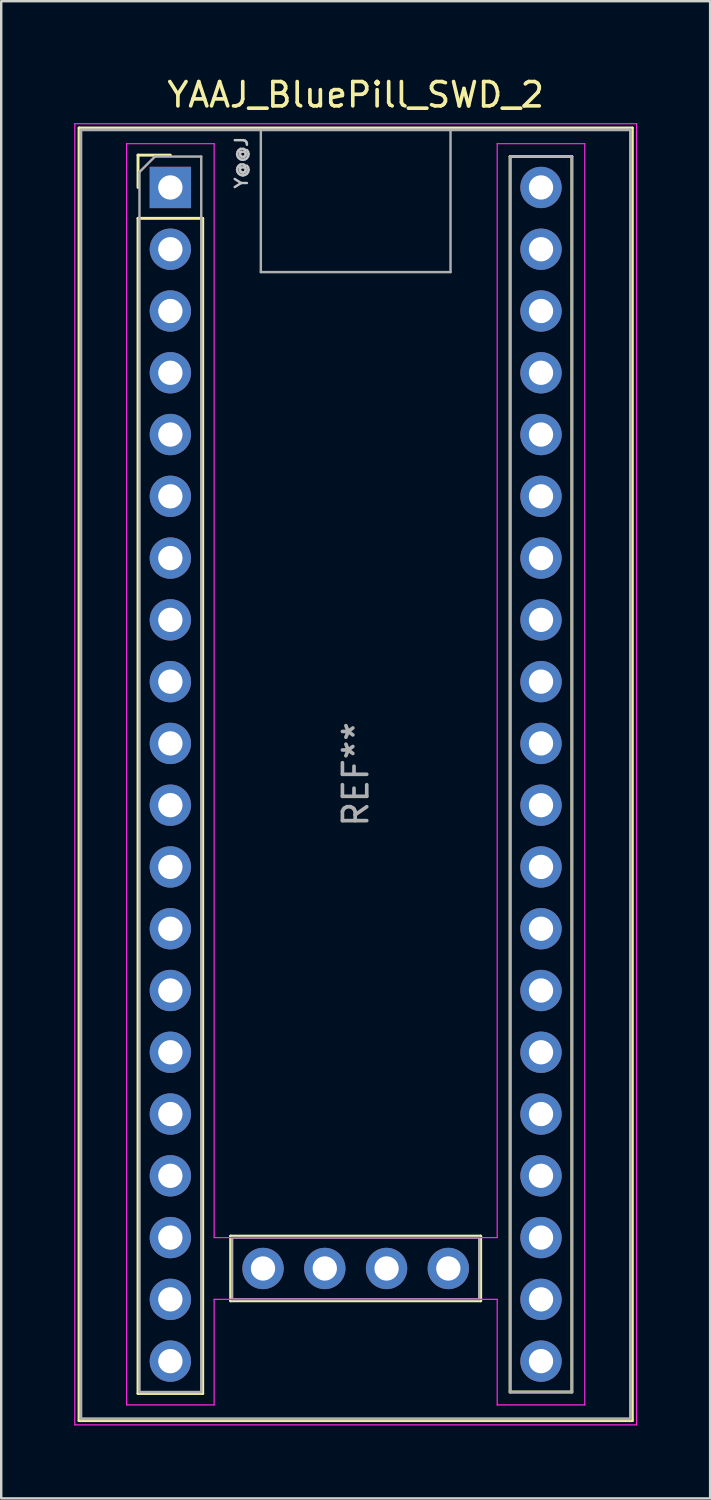
<source format=kicad_pcb>
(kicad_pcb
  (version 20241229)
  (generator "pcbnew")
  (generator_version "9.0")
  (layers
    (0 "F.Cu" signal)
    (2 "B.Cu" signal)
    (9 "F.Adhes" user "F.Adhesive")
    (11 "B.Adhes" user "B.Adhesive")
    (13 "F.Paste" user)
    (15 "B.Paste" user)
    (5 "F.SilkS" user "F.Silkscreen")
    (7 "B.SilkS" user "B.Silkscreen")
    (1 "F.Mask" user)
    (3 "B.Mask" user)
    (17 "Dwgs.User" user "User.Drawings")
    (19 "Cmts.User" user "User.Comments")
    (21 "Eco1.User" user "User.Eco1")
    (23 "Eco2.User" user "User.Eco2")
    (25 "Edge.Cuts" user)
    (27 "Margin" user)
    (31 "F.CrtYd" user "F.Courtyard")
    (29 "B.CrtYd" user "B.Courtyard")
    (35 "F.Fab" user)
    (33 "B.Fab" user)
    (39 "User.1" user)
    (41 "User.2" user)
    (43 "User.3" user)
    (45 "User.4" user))
  (footprint "YAAJ_BluePill_SWD_2"
    (layer "F.Cu")
    (at 3.955 4.658)
    (property "Reference" "YAAJ_BluePill_SWD_2" (at 7.62 -3.81 0) (layer "F.SilkS") (effects (font (size 1 1) (thickness 0.15))))
    (attr through_hole)
    (fp_line (start -3.755 -2.445) (end 18.995 -2.445) (stroke (width 0.12) (type solid)) (layer "F.SilkS"))
    (fp_line (start -3.755 50.705) (end -3.755 -2.445) (stroke (width 0.12) (type solid)) (layer "F.SilkS"))
    (fp_line (start -1.33 -1.33) (end 0 -1.33) (stroke (width 0.12) (type solid)) (layer "F.SilkS"))
    (fp_line (start -1.33 0) (end -1.33 -1.33) (stroke (width 0.12) (type solid)) (layer "F.SilkS"))
    (fp_line (start -1.33 1.27) (end 1.33 1.27) (stroke (width 0.12) (type solid)) (layer "F.SilkS"))
    (fp_line (start -1.33 49.59) (end -1.33 1.27) (stroke (width 0.12) (type solid)) (layer "F.SilkS"))
    (fp_line (start 1.33 1.27) (end 1.33 49.59) (stroke (width 0.12) (type solid)) (layer "F.SilkS"))
    (fp_line (start 1.33 49.59) (end -1.33 49.59) (stroke (width 0.12) (type solid)) (layer "F.SilkS"))
    (fp_line (start 2.48 43.12) (end 2.48 45.78) (stroke (width 0.12) (type solid)) (layer "F.SilkS"))
    (fp_line (start 2.48 45.78) (end 12.76 45.78) (stroke (width 0.12) (type solid)) (layer "F.SilkS"))
    (fp_line (start 12.76 43.12) (end 2.48 43.12) (stroke (width 0.12) (type solid)) (layer "F.SilkS"))
    (fp_line (start 12.76 45.78) (end 12.76 43.12) (stroke (width 0.12) (type solid)) (layer "F.SilkS"))
    (fp_line (start 13.97 -1.27) (end 16.51 -1.27) (stroke (width 0.12) (type solid)) (layer "F.SilkS"))
    (fp_line (start 13.97 49.53) (end 13.97 -1.27) (stroke (width 0.12) (type solid)) (layer "F.SilkS"))
    (fp_line (start 16.51 -1.27) (end 16.51 49.53) (stroke (width 0.12) (type solid)) (layer "F.SilkS"))
    (fp_line (start 16.51 49.53) (end 13.97 49.53) (stroke (width 0.12) (type solid)) (layer "F.SilkS"))
    (fp_line (start 18.995 -2.445) (end 18.995 50.705) (stroke (width 0.12) (type solid)) (layer "F.SilkS"))
    (fp_line (start 18.995 50.705) (end -3.755 50.705) (stroke (width 0.12) (type solid)) (layer "F.SilkS"))
    (fp_line (start -3.93 -2.62) (end 19.17 -2.62) (stroke (width 0.05) (type solid)) (layer "F.CrtYd"))
    (fp_line (start -3.93 50.88) (end -3.93 -2.62) (stroke (width 0.05) (type solid)) (layer "F.CrtYd"))
    (fp_line (start -1.8 -1.8) (end -1.8 50.06) (stroke (width 0.05) (type solid)) (layer "F.CrtYd"))
    (fp_line (start -1.8 50.06) (end 1.8 50.06) (stroke (width 0.05) (type solid)) (layer "F.CrtYd"))
    (fp_line (start 1.8 -1.8) (end -1.8 -1.8) (stroke (width 0.05) (type solid)) (layer "F.CrtYd"))
    (fp_line (start 1.8 -1.8) (end 1.8 43.18) (stroke (width 0.05) (type solid)) (layer "F.CrtYd"))
    (fp_line (start 1.8 43.18) (end 13.44 43.18) (stroke (width 0.05) (type solid)) (layer "F.CrtYd"))
    (fp_line (start 1.8 45.72) (end 1.8 50.06) (stroke (width 0.05) (type solid)) (layer "F.CrtYd"))
    (fp_line (start 13.44 -1.8) (end 13.44 43.18) (stroke (width 0.05) (type solid)) (layer "F.CrtYd"))
    (fp_line (start 13.44 -1.8) (end 17.04 -1.8) (stroke (width 0.05) (type solid)) (layer "F.CrtYd"))
    (fp_line (start 13.44 45.72) (end 1.8 45.72) (stroke (width 0.05) (type solid)) (layer "F.CrtYd"))
    (fp_line (start 13.44 45.72) (end 13.44 50.06) (stroke (width 0.05) (type solid)) (layer "F.CrtYd"))
    (fp_line (start 17.04 -1.8) (end 17.04 50.06) (stroke (width 0.05) (type solid)) (layer "F.CrtYd"))
    (fp_line (start 17.04 50.06) (end 13.44 50.06) (stroke (width 0.05) (type solid)) (layer "F.CrtYd"))
    (fp_line (start 19.17 -2.62) (end 19.17 50.88) (stroke (width 0.05) (type solid)) (layer "F.CrtYd"))
    (fp_line (start 19.17 50.88) (end -3.93 50.88) (stroke (width 0.05) (type solid)) (layer "F.CrtYd"))
    (fp_line (start -3.68 -2.37) (end 18.92 -2.37) (stroke (width 0.12) (type solid)) (layer "F.Fab"))
    (fp_line (start -3.68 50.63) (end -3.68 -2.32) (stroke (width 0.12) (type solid)) (layer "F.Fab"))
    (fp_line (start -3.68 50.63) (end 18.92 50.63) (stroke (width 0.12) (type solid)) (layer "F.Fab"))
    (fp_line (start -1.27 -0.635) (end -0.635 -1.27) (stroke (width 0.1) (type solid)) (layer "F.Fab"))
    (fp_line (start -1.27 49.53) (end -1.27 -0.635) (stroke (width 0.1) (type solid)) (layer "F.Fab"))
    (fp_line (start -0.635 -1.27) (end 1.27 -1.27) (stroke (width 0.1) (type solid)) (layer "F.Fab"))
    (fp_line (start 1.27 -1.27) (end 1.27 49.53) (stroke (width 0.1) (type solid)) (layer "F.Fab"))
    (fp_line (start 1.27 49.53) (end -1.27 49.53) (stroke (width 0.1) (type solid)) (layer "F.Fab"))
    (fp_line (start 2.54 43.18) (end 12.7 43.18) (stroke (width 0.1) (type solid)) (layer "F.Fab"))
    (fp_line (start 2.54 45.72) (end 2.54 43.18) (stroke (width 0.1) (type solid)) (layer "F.Fab"))
    (fp_line (start 3.72 3.48) (end 3.72 -2.32) (stroke (width 0.1) (type solid)) (layer "F.Fab"))
    (fp_line (start 3.72 3.48) (end 11.52 3.48) (stroke (width 0.1) (type solid)) (layer "F.Fab"))
    (fp_line (start 11.52 3.48) (end 11.52 -2.32) (stroke (width 0.1) (type solid)) (layer "F.Fab"))
    (fp_line (start 12.7 43.18) (end 12.7 45.72) (stroke (width 0.1) (type solid)) (layer "F.Fab"))
    (fp_line (start 12.7 45.72) (end 2.54 45.72) (stroke (width 0.1) (type solid)) (layer "F.Fab"))
    (fp_line (start 13.97 -1.27) (end 16.51 -1.27) (stroke (width 0.1) (type solid)) (layer "F.Fab"))
    (fp_line (start 13.97 49.53) (end 13.97 -1.27) (stroke (width 0.1) (type solid)) (layer "F.Fab"))
    (fp_line (start 16.51 -1.27) (end 16.51 49.53) (stroke (width 0.1) (type solid)) (layer "F.Fab"))
    (fp_line (start 16.51 49.53) (end 13.97 49.53) (stroke (width 0.1) (type solid)) (layer "F.Fab"))
    (fp_line (start 18.92 -2.37) (end 18.92 50.63) (stroke (width 0.12) (type solid)) (layer "F.Fab"))
    (fp_text user "Y@@J" (at 2.921 -1.016 90) (unlocked yes) (layer "Dwgs.User") (effects (font (size 0.5 0.5) (thickness 0.1))))
    (fp_text user "REF**" (at 7.62 24.13 90) (layer "F.Fab") (effects (font (size 1 1) (thickness 0.15))))
    (pad "1" thru_hole rect (at 0 0) (size 1.7 1.7) (drill 1) (layers "*.Cu" "*.Mask"))
    (pad "2" thru_hole circle (at 0 2.54) (size 1.7 1.7) (drill 1) (layers "*.Cu" "*.Mask"))
    (pad "3" thru_hole circle (at 0 5.08) (size 1.7 1.7) (drill 1) (layers "*.Cu" "*.Mask"))
    (pad "4" thru_hole circle (at 0 7.62) (size 1.7 1.7) (drill 1) (layers "*.Cu" "*.Mask"))
    (pad "5" thru_hole circle (at 0 10.16) (size 1.7 1.7) (drill 1) (layers "*.Cu" "*.Mask"))
    (pad "6" thru_hole circle (at 0 12.7) (size 1.7 1.7) (drill 1) (layers "*.Cu" "*.Mask"))
    (pad "7" thru_hole circle (at 0 15.24) (size 1.7 1.7) (drill 1) (layers "*.Cu" "*.Mask"))
    (pad "8" thru_hole circle (at 0 17.78) (size 1.7 1.7) (drill 1) (layers "*.Cu" "*.Mask"))
    (pad "9" thru_hole circle (at 0 20.32) (size 1.7 1.7) (drill 1) (layers "*.Cu" "*.Mask"))
    (pad "10" thru_hole circle (at 0 22.86) (size 1.7 1.7) (drill 1) (layers "*.Cu" "*.Mask"))
    (pad "11" thru_hole circle (at 0 25.4) (size 1.7 1.7) (drill 1) (layers "*.Cu" "*.Mask"))
    (pad "12" thru_hole circle (at 0 27.94) (size 1.7 1.7) (drill 1) (layers "*.Cu" "*.Mask"))
    (pad "13" thru_hole circle (at 0 30.48) (size 1.7 1.7) (drill 1) (layers "*.Cu" "*.Mask"))
    (pad "14" thru_hole circle (at 0 33.02) (size 1.7 1.7) (drill 1) (layers "*.Cu" "*.Mask"))
    (pad "15" thru_hole circle (at 0 35.56) (size 1.7 1.7) (drill 1) (layers "*.Cu" "*.Mask"))
    (pad "16" thru_hole circle (at 0 38.1) (size 1.7 1.7) (drill 1) (layers "*.Cu" "*.Mask"))
    (pad "17" thru_hole circle (at 0 40.64) (size 1.7 1.7) (drill 1) (layers "*.Cu" "*.Mask"))
    (pad "18" thru_hole circle (at 0 43.18) (size 1.7 1.7) (drill 1) (layers "*.Cu" "*.Mask"))
    (pad "19" thru_hole circle (at 0 45.72) (size 1.7 1.7) (drill 1) (layers "*.Cu" "*.Mask"))
    (pad "20" thru_hole circle (at 0 48.26) (size 1.7 1.7) (drill 1) (layers "*.Cu" "*.Mask"))
    (pad "21" thru_hole circle (at 15.24 48.26) (size 1.7 1.7) (drill 1) (layers "*.Cu" "*.Mask"))
    (pad "22" thru_hole circle (at 15.24 45.72) (size 1.7 1.7) (drill 1) (layers "*.Cu" "*.Mask"))
    (pad "23" thru_hole circle (at 15.24 43.18) (size 1.7 1.7) (drill 1) (layers "*.Cu" "*.Mask"))
    (pad "24" thru_hole circle (at 15.24 40.64) (size 1.7 1.7) (drill 1) (layers "*.Cu" "*.Mask"))
    (pad "25" thru_hole circle (at 15.24 38.1) (size 1.7 1.7) (drill 1) (layers "*.Cu" "*.Mask"))
    (pad "26" thru_hole circle (at 15.24 35.56) (size 1.7 1.7) (drill 1) (layers "*.Cu" "*.Mask"))
    (pad "27" thru_hole circle (at 15.24 33.02) (size 1.7 1.7) (drill 1) (layers "*.Cu" "*.Mask"))
    (pad "28" thru_hole circle (at 15.24 30.48) (size 1.7 1.7) (drill 1) (layers "*.Cu" "*.Mask"))
    (pad "29" thru_hole circle (at 15.24 27.94) (size 1.7 1.7) (drill 1) (layers "*.Cu" "*.Mask"))
    (pad "30" thru_hole circle (at 15.24 25.4) (size 1.7 1.7) (drill 1) (layers "*.Cu" "*.Mask"))
    (pad "31" thru_hole circle (at 15.24 22.86) (size 1.7 1.7) (drill 1) (layers "*.Cu" "*.Mask"))
    (pad "32" thru_hole circle (at 15.24 20.32) (size 1.7 1.7) (drill 1) (layers "*.Cu" "*.Mask"))
    (pad "33" thru_hole circle (at 15.24 17.78) (size 1.7 1.7) (drill 1) (layers "*.Cu" "*.Mask"))
    (pad "34" thru_hole circle (at 15.24 15.24) (size 1.7 1.7) (drill 1) (layers "*.Cu" "*.Mask"))
    (pad "35" thru_hole circle (at 15.24 12.7) (size 1.7 1.7) (drill 1) (layers "*.Cu" "*.Mask"))
    (pad "36" thru_hole circle (at 15.24 10.16) (size 1.7 1.7) (drill 1) (layers "*.Cu" "*.Mask"))
    (pad "37" thru_hole circle (at 15.24 7.62) (size 1.7 1.7) (drill 1) (layers "*.Cu" "*.Mask"))
    (pad "38" thru_hole circle (at 15.24 5.08) (size 1.7 1.7) (drill 1) (layers "*.Cu" "*.Mask"))
    (pad "39" thru_hole circle (at 15.24 2.54) (size 1.7 1.7) (drill 1) (layers "*.Cu" "*.Mask"))
    (pad "40" thru_hole circle (at 15.24 0) (size 1.7 1.7) (drill 1) (layers "*.Cu" "*.Mask"))
    (pad "41" thru_hole circle (at 11.43 44.45) (size 1.7 1.7) (drill 1) (layers "*.Cu" "*.Mask"))
    (pad "42" thru_hole circle (at 8.89 44.45) (size 1.7 1.7) (drill 1) (layers "*.Cu" "*.Mask"))
    (pad "43" thru_hole circle (at 6.35 44.45) (size 1.7 1.7) (drill 1) (layers "*.Cu" "*.Mask"))
    (pad "44" thru_hole circle (at 3.81 44.45) (size 1.7 1.7) (drill 1) (layers "*.Cu" "*.Mask")))
  (gr_rect
    (start -3 -3)
    (end 26.15 58.563)
    (stroke (width 0.1) (type default))
    (fill no)
    (layer "Edge.Cuts")))
</source>
